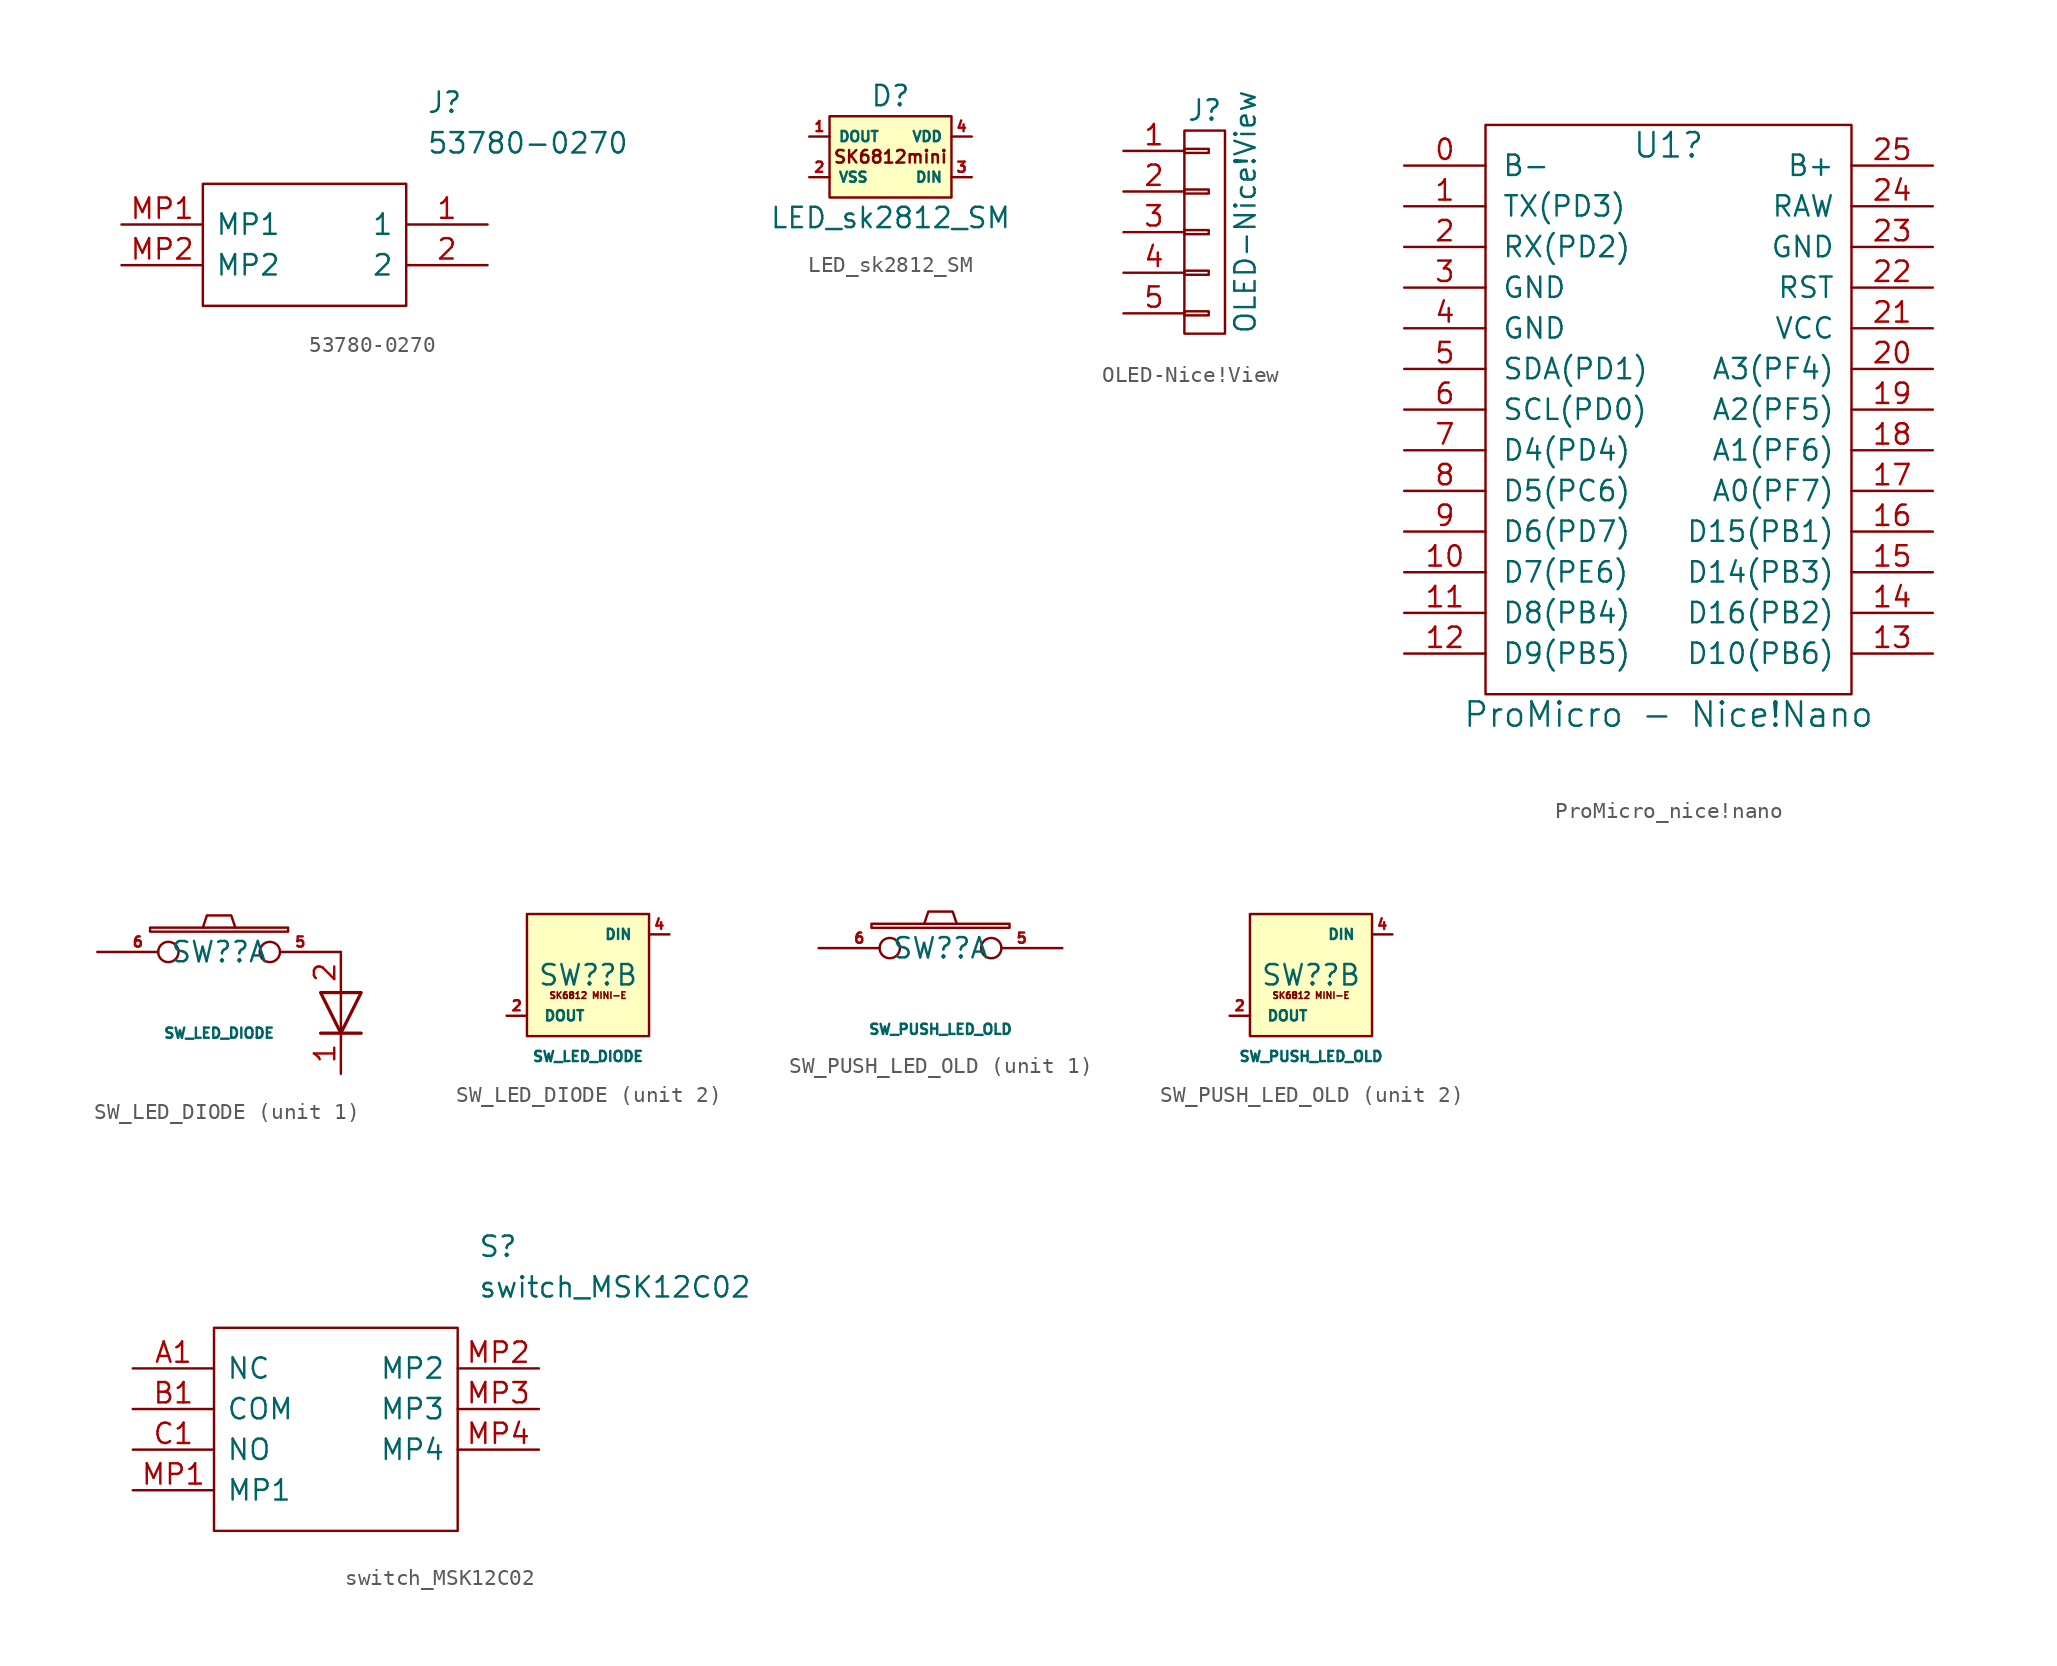
<source format=kicad_sym>
(kicad_symbol_lib
  (version 20211014)
  (generator kicad_symbol_editor)
  (symbol "53780-0270"
    (pin_names
      (offset 0.762))
    (property "Reference" "J"
      (at 19.05 7.62 0)
      (effects (font (size 1.27 1.27)) (justify left)))
    (property "Value" "53780-0270"
      (at 19.05 5.08 0)
      (effects (font (size 1.27 1.27)) (justify left)))
    (symbol "53780-0270_0_0"
      (pin passive line (at 22.86 0 180) (length 5.08) (name "1" (effects (font (size 1.27 1.27)))) (number "1" (effects (font (size 1.27 1.27)))))
      (pin passive line (at 22.86 -2.54 180) (length 5.08) (name "2" (effects (font (size 1.27 1.27)))) (number "2" (effects (font (size 1.27 1.27)))))
      (pin passive line (at 0 0 0) (length 5.08) (name "MP1" (effects (font (size 1.27 1.27)))) (number "MP1" (effects (font (size 1.27 1.27)))))
      (pin passive line (at 0 -2.54 0) (length 5.08) (name "MP2" (effects (font (size 1.27 1.27)))) (number "MP2" (effects (font (size 1.27 1.27))))))
    (symbol "53780-0270_0_1"
      (polyline (pts (xy 5.08 2.54) (xy 17.78 2.54) (xy 17.78 -5.08) (xy 5.08 -5.08) (xy 5.08 2.54)) (stroke (width 0.152) (type default) (color 0 0 0 0)) (fill (type none)))))
  (symbol "LED_sk2812_SM"
    (property "Reference" "D"
      (at 0 3.81 0)
      (effects (font (size 1.27 1.27))))
    (property "Value" "LED_sk2812_SM"
      (at 0 -3.81 0)
      (effects (font (size 1.27 1.27))))
    (symbol "LED_sk2812_SM_1_1"
      (rectangle (start 3.81 -2.54) (end -3.81 2.54) (stroke (width 0) (type default) (color 0 0 0 0)) (fill (type background)))
      (text "SK6812mini" (at 0 0 0) (effects (font (size 0.787 0.787))))
      (pin output line (at -5.08 1.27 0) (length 1.27) (name "DOUT" (effects (font (size 0.635 0.635)))) (number "1" (effects (font (size 0.635 0.635)))))
      (pin power_in line (at -5.08 -1.27 0) (length 1.27) (name "VSS" (effects (font (size 0.635 0.635)))) (number "2" (effects (font (size 0.635 0.635)))))
      (pin input line (at 5.08 -1.27 180) (length 1.27) (name "DIN" (effects (font (size 0.635 0.635)))) (number "3" (effects (font (size 0.635 0.635)))))
      (pin power_in line (at 5.08 1.27 180) (length 1.27) (name "VDD" (effects (font (size 0.635 0.635)))) (number "4" (effects (font (size 0.635 0.635)))))))
  (symbol "OLED-Nice!View"
    (pin_names
      (offset 1.016) hide)
    (property "Reference" "J"
      (at 0 6.35 0)
      (effects (font (size 1.27 1.27))))
    (property "Value" "OLED-Nice!View"
      (at 2.54 0 90)
      (effects (font (size 1.27 1.27))))
    (property "Footprint" ""
      (at 0 0 0)
      (effects (font (size 1.27 1.27))))
    (property "Datasheet" ""
      (at 0 0 0)
      (effects (font (size 1.27 1.27))))
    (symbol "OLED-Nice!View_0_1"
      (rectangle (start -1.27 -6.223) (end 0.254 -6.477) (stroke (width 0) (type default) (color 0 0 0 0)) (fill (type none)))
      (rectangle (start -1.27 -3.683) (end 0.254 -3.937) (stroke (width 0) (type default) (color 0 0 0 0)) (fill (type none)))
      (rectangle (start -1.27 -1.143) (end 0.254 -1.397) (stroke (width 0) (type default) (color 0 0 0 0)) (fill (type none)))
      (rectangle (start -1.27 1.397) (end 0.254 1.143) (stroke (width 0) (type default) (color 0 0 0 0)) (fill (type none)))
      (rectangle (start -1.27 3.937) (end 0.254 3.683) (stroke (width 0) (type default) (color 0 0 0 0)) (fill (type none)))
      (rectangle (start -1.27 5.08) (end 1.27 -7.62) (stroke (width 0) (type default) (color 0 0 0 0)) (fill (type none))))
    (symbol "OLED-Nice!View_1_1"
      (pin passive line (at -5.08 3.81 0) (length 3.81) (name "P1" (effects (font (size 1.27 1.27)))) (number "1" (effects (font (size 1.27 1.27)))))
      (pin passive line (at -5.08 1.27 0) (length 3.81) (name "P2" (effects (font (size 1.27 1.27)))) (number "2" (effects (font (size 1.27 1.27)))))
      (pin passive line (at -5.08 -1.27 0) (length 3.81) (name "P3" (effects (font (size 1.27 1.27)))) (number "3" (effects (font (size 1.27 1.27)))))
      (pin passive line (at -5.08 -3.81 0) (length 3.81) (name "P4" (effects (font (size 1.27 1.27)))) (number "4" (effects (font (size 1.27 1.27)))))
      (pin passive line (at -5.08 -6.35 0) (length 3.81) (name "P5" (effects (font (size 1.27 1.27)))) (number "5" (effects (font (size 1.27 1.27)))))))
  (symbol "ProMicro_nice!nano"
    (pin_names
      (offset 1.016))
    (property "Reference" "U1"
      (at 0 17.78 0)
      (effects (font (size 1.524 1.524))))
    (property "Value" "ProMicro - Nice!Nano"
      (at 0 -17.78 0)
      (effects (font (size 1.524 1.524))))
    (symbol "ProMicro_nice!nano_0_1"
      (rectangle (start -11.43 19.05) (end 11.43 -16.51) (stroke (width 0) (type default) (color 0 0 0 0)) (fill (type none))))
    (symbol "ProMicro_nice!nano_1_1"
      (pin input line (at -16.51 16.51 0) (length 5.08) (name "B-" (effects (font (size 1.27 1.27)))) (number "0" (effects (font (size 1.27 1.27)))))
      (pin input line (at -16.51 13.97 0) (length 5.08) (name "TX(PD3)" (effects (font (size 1.27 1.27)))) (number "1" (effects (font (size 1.27 1.27)))))
      (pin input line (at -16.51 -8.89 0) (length 5.08) (name "D7(PE6)" (effects (font (size 1.27 1.27)))) (number "10" (effects (font (size 1.27 1.27)))))
      (pin input line (at -16.51 -11.43 0) (length 5.08) (name "D8(PB4)" (effects (font (size 1.27 1.27)))) (number "11" (effects (font (size 1.27 1.27)))))
      (pin input line (at -16.51 -13.97 0) (length 5.08) (name "D9(PB5)" (effects (font (size 1.27 1.27)))) (number "12" (effects (font (size 1.27 1.27)))))
      (pin input line (at 16.51 -13.97 180) (length 5.08) (name "D10(PB6)" (effects (font (size 1.27 1.27)))) (number "13" (effects (font (size 1.27 1.27)))))
      (pin input line (at 16.51 -11.43 180) (length 5.08) (name "D16(PB2)" (effects (font (size 1.27 1.27)))) (number "14" (effects (font (size 1.27 1.27)))))
      (pin input line (at 16.51 -8.89 180) (length 5.08) (name "D14(PB3)" (effects (font (size 1.27 1.27)))) (number "15" (effects (font (size 1.27 1.27)))))
      (pin input line (at 16.51 -6.35 180) (length 5.08) (name "D15(PB1)" (effects (font (size 1.27 1.27)))) (number "16" (effects (font (size 1.27 1.27)))))
      (pin input line (at 16.51 -3.81 180) (length 5.08) (name "A0(PF7)" (effects (font (size 1.27 1.27)))) (number "17" (effects (font (size 1.27 1.27)))))
      (pin input line (at 16.51 -1.27 180) (length 5.08) (name "A1(PF6)" (effects (font (size 1.27 1.27)))) (number "18" (effects (font (size 1.27 1.27)))))
      (pin input line (at 16.51 1.27 180) (length 5.08) (name "A2(PF5)" (effects (font (size 1.27 1.27)))) (number "19" (effects (font (size 1.27 1.27)))))
      (pin input line (at -16.51 11.43 0) (length 5.08) (name "RX(PD2)" (effects (font (size 1.27 1.27)))) (number "2" (effects (font (size 1.27 1.27)))))
      (pin input line (at 16.51 3.81 180) (length 5.08) (name "A3(PF4)" (effects (font (size 1.27 1.27)))) (number "20" (effects (font (size 1.27 1.27)))))
      (pin input line (at 16.51 6.35 180) (length 5.08) (name "VCC" (effects (font (size 1.27 1.27)))) (number "21" (effects (font (size 1.27 1.27)))))
      (pin input line (at 16.51 8.89 180) (length 5.08) (name "RST" (effects (font (size 1.27 1.27)))) (number "22" (effects (font (size 1.27 1.27)))))
      (pin input line (at 16.51 11.43 180) (length 5.08) (name "GND" (effects (font (size 1.27 1.27)))) (number "23" (effects (font (size 1.27 1.27)))))
      (pin input line (at 16.51 13.97 180) (length 5.08) (name "RAW" (effects (font (size 1.27 1.27)))) (number "24" (effects (font (size 1.27 1.27)))))
      (pin input line (at 16.51 16.51 180) (length 5.08) (name "B+" (effects (font (size 1.27 1.27)))) (number "25" (effects (font (size 1.27 1.27)))))
      (pin input line (at -16.51 8.89 0) (length 5.08) (name "GND" (effects (font (size 1.27 1.27)))) (number "3" (effects (font (size 1.27 1.27)))))
      (pin input line (at -16.51 6.35 0) (length 5.08) (name "GND" (effects (font (size 1.27 1.27)))) (number "4" (effects (font (size 1.27 1.27)))))
      (pin input line (at -16.51 3.81 0) (length 5.08) (name "SDA(PD1)" (effects (font (size 1.27 1.27)))) (number "5" (effects (font (size 1.27 1.27)))))
      (pin input line (at -16.51 1.27 0) (length 5.08) (name "SCL(PD0)" (effects (font (size 1.27 1.27)))) (number "6" (effects (font (size 1.27 1.27)))))
      (pin input line (at -16.51 -1.27 0) (length 5.08) (name "D4(PD4)" (effects (font (size 1.27 1.27)))) (number "7" (effects (font (size 1.27 1.27)))))
      (pin input line (at -16.51 -3.81 0) (length 5.08) (name "D5(PC6)" (effects (font (size 1.27 1.27)))) (number "8" (effects (font (size 1.27 1.27)))))
      (pin input line (at -16.51 -6.35 0) (length 5.08) (name "D6(PD7)" (effects (font (size 1.27 1.27)))) (number "9" (effects (font (size 1.27 1.27)))))))
  (symbol "SW_LED_DIODE"
    (pin_names
      (offset 1.016))
    (property "Reference" "SW?"
      (at 0 0 0)
      (effects (font (size 1.27 1.27))))
    (property "Value" "SW_LED_DIODE"
      (at 0 -5.08 0)
      (effects (font (size 0.635 0.635))))
    (property "ki_locked" ""
      (at 0 0 0)
      (effects (font (size 1.27 1.27))))
    (symbol "SW_LED_DIODE_1_1"
      (rectangle (start -4.318 1.27) (end 4.318 1.524) (stroke (width 0) (type default) (color 0 0 0 0)) (fill (type none)))
      (polyline (pts (xy 6.35 -5.08) (xy 8.89 -5.08)) (stroke (width 0.203) (type default) (color 0 0 0 0)) (fill (type none)))
      (polyline (pts (xy 7.62 -2.54) (xy 7.62 -5.08)) (stroke (width 0) (type default) (color 0 0 0 0)) (fill (type none)))
      (polyline (pts (xy -1.016 1.524) (xy -0.762 2.286) (xy 0.762 2.286) (xy 1.016 1.524)) (stroke (width 0) (type default) (color 0 0 0 0)) (fill (type none)))
      (polyline (pts (xy 6.35 -2.54) (xy 8.89 -2.54) (xy 7.62 -5.08) (xy 6.35 -2.54)) (stroke (width 0.203) (type default) (color 0 0 0 0)) (fill (type none)))
      (pin passive line (at 7.62 -7.62 90) (length 2.54) (name "" (effects (font (size 1.27 1.27)))) (number "1" (effects (font (size 1.27 1.27)))))
      (pin passive line (at 7.62 0 270) (length 2.54) (name "" (effects (font (size 1.27 1.27)))) (number "2" (effects (font (size 1.27 1.27)))))
      (pin passive inverted (at 7.62 0 180) (length 5.08) (name "~" (effects (font (size 0.61 0.61)))) (number "5" (effects (font (size 0.635 0.635)))))
      (pin passive inverted (at -7.62 0 0) (length 5.08) (name "~" (effects (font (size 0.61 0.61)))) (number "6" (effects (font (size 0.635 0.635))))))
    (symbol "SW_LED_DIODE_2_0"
      (text "SK6812 MINI-E" (at 0 -1.27 0) (effects (font (size 0.406 0.406)))))
    (symbol "SW_LED_DIODE_2_1"
      (rectangle (start 3.81 -3.81) (end -3.81 3.81) (stroke (width 0) (type default) (color 0 0 0 0)) (fill (type background)))
      (pin power_in line (at -5.08 2.54 0) (length 1.27) hide (name "VDD" (effects (font (size 0.635 0.635)))) (number "1" (effects (font (size 0.635 0.635)))))
      (pin output line (at -5.08 -2.54 0) (length 1.27) (name "DOUT" (effects (font (size 0.635 0.635)))) (number "2" (effects (font (size 0.635 0.635)))))
      (pin power_in line (at 5.08 -2.54 180) (length 1.27) hide (name "GND" (effects (font (size 0.635 0.635)))) (number "3" (effects (font (size 0.635 0.635)))))
      (pin input line (at 5.08 2.54 180) (length 1.27) (name "DIN" (effects (font (size 0.635 0.635)))) (number "4" (effects (font (size 0.635 0.635)))))))
  (symbol "SW_PUSH_LED_OLD"
    (pin_names
      (offset 1.016))
    (property "Reference" "SW?"
      (at 0 0 0)
      (effects (font (size 1.27 1.27))))
    (property "Value" "SW_PUSH_LED_OLD"
      (at 0 -5.08 0)
      (effects (font (size 0.635 0.635))))
    (property "ki_locked" ""
      (at 0 0 0)
      (effects (font (size 1.27 1.27))))
    (symbol "SW_PUSH_LED_OLD_1_1"
      (rectangle (start -4.318 1.27) (end 4.318 1.524) (stroke (width 0) (type default) (color 0 0 0 0)) (fill (type none)))
      (polyline (pts (xy -1.016 1.524) (xy -0.762 2.286) (xy 0.762 2.286) (xy 1.016 1.524)) (stroke (width 0) (type default) (color 0 0 0 0)) (fill (type none)))
      (pin passive inverted (at 7.62 0 180) (length 5.08) (name "~" (effects (font (size 0.61 0.61)))) (number "5" (effects (font (size 0.635 0.635)))))
      (pin passive inverted (at -7.62 0 0) (length 5.08) (name "~" (effects (font (size 0.61 0.61)))) (number "6" (effects (font (size 0.635 0.635))))))
    (symbol "SW_PUSH_LED_OLD_2_0"
      (text "SK6812 MINI-E" (at 0 -1.27 0) (effects (font (size 0.406 0.406)))))
    (symbol "SW_PUSH_LED_OLD_2_1"
      (rectangle (start 3.81 -3.81) (end -3.81 3.81) (stroke (width 0) (type default) (color 0 0 0 0)) (fill (type background)))
      (pin power_in line (at -5.08 2.54 0) (length 1.27) hide (name "VDD" (effects (font (size 0.635 0.635)))) (number "1" (effects (font (size 0.635 0.635)))))
      (pin output line (at -5.08 -2.54 0) (length 1.27) (name "DOUT" (effects (font (size 0.635 0.635)))) (number "2" (effects (font (size 0.635 0.635)))))
      (pin power_in line (at 5.08 -2.54 180) (length 1.27) hide (name "GND" (effects (font (size 0.635 0.635)))) (number "3" (effects (font (size 0.635 0.635)))))
      (pin input line (at 5.08 2.54 180) (length 1.27) (name "DIN" (effects (font (size 0.635 0.635)))) (number "4" (effects (font (size 0.635 0.635)))))))
  (symbol "switch_MSK12C02"
    (pin_names
      (offset 0.762))
    (property "Reference" "S"
      (at 21.59 7.62 0)
      (effects (font (size 1.27 1.27)) (justify left)))
    (property "Value" "switch_MSK12C02"
      (at 21.59 5.08 0)
      (effects (font (size 1.27 1.27)) (justify left)))
    (symbol "switch_MSK12C02_0_0"
      (pin passive line (at 0 0 0) (length 5.08) (name "NC" (effects (font (size 1.27 1.27)))) (number "A1" (effects (font (size 1.27 1.27)))))
      (pin passive line (at 0 -2.54 0) (length 5.08) (name "COM" (effects (font (size 1.27 1.27)))) (number "B1" (effects (font (size 1.27 1.27)))))
      (pin passive line (at 0 -5.08 0) (length 5.08) (name "NO" (effects (font (size 1.27 1.27)))) (number "C1" (effects (font (size 1.27 1.27)))))
      (pin passive line (at 0 -7.62 0) (length 5.08) (name "MP1" (effects (font (size 1.27 1.27)))) (number "MP1" (effects (font (size 1.27 1.27)))))
      (pin passive line (at 25.4 0 180) (length 5.08) (name "MP2" (effects (font (size 1.27 1.27)))) (number "MP2" (effects (font (size 1.27 1.27)))))
      (pin passive line (at 25.4 -2.54 180) (length 5.08) (name "MP3" (effects (font (size 1.27 1.27)))) (number "MP3" (effects (font (size 1.27 1.27)))))
      (pin passive line (at 25.4 -5.08 180) (length 5.08) (name "MP4" (effects (font (size 1.27 1.27)))) (number "MP4" (effects (font (size 1.27 1.27))))))
    (symbol "switch_MSK12C02_0_1"
      (polyline (pts (xy 5.08 2.54) (xy 20.32 2.54) (xy 20.32 -10.16) (xy 5.08 -10.16) (xy 5.08 2.54)) (stroke (width 0.152) (type default) (color 0 0 0 0)) (fill (type none))))))
</source>
